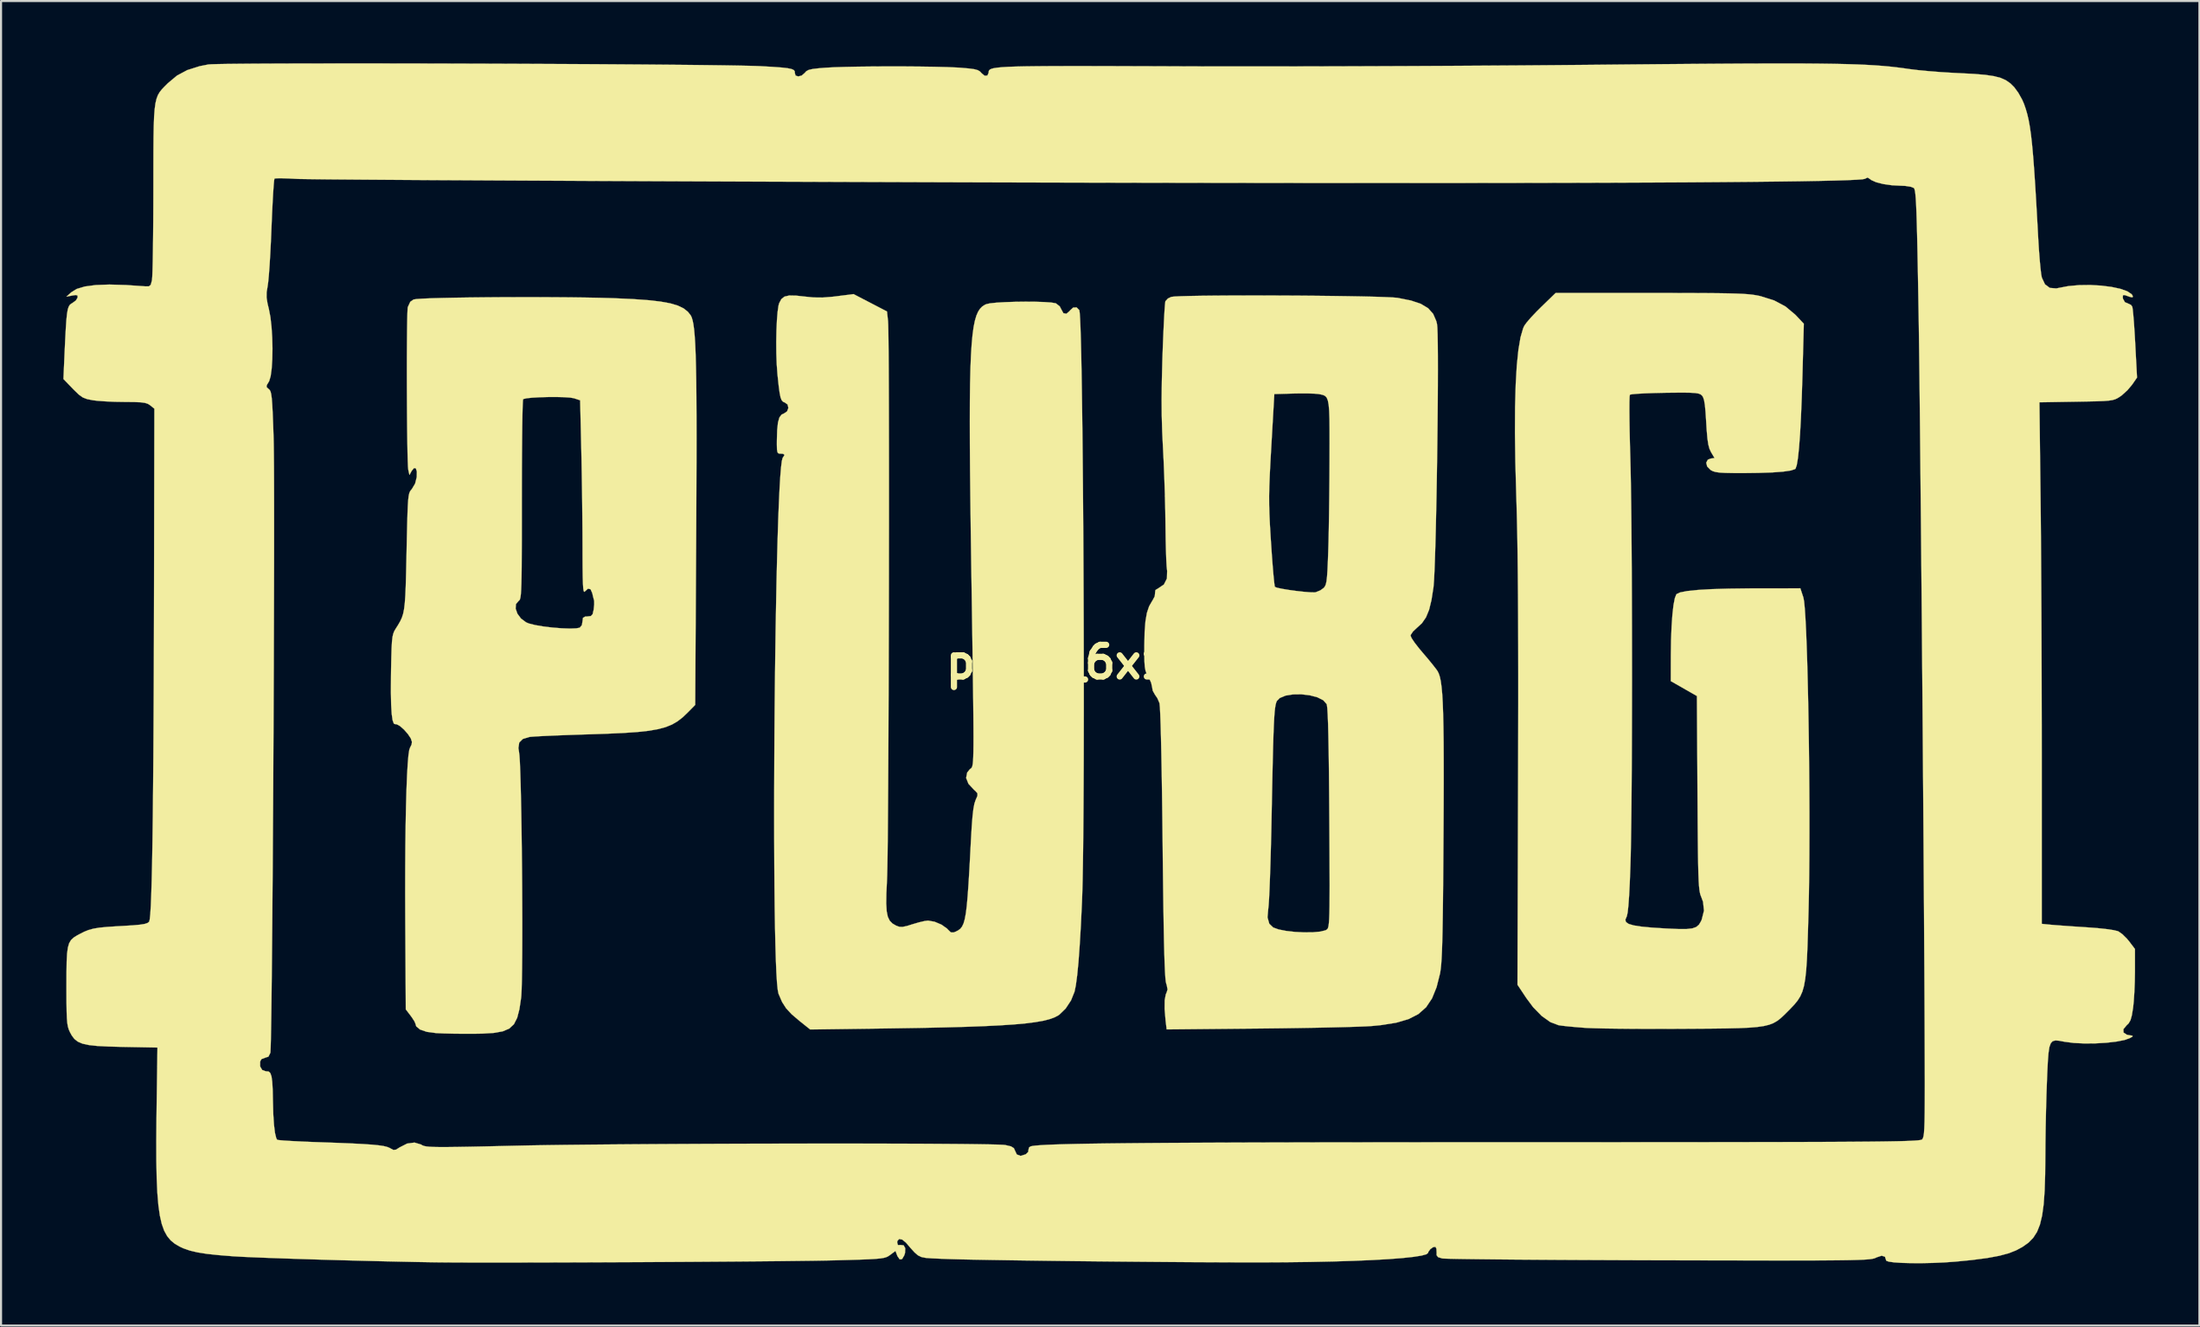
<source format=kicad_pcb>
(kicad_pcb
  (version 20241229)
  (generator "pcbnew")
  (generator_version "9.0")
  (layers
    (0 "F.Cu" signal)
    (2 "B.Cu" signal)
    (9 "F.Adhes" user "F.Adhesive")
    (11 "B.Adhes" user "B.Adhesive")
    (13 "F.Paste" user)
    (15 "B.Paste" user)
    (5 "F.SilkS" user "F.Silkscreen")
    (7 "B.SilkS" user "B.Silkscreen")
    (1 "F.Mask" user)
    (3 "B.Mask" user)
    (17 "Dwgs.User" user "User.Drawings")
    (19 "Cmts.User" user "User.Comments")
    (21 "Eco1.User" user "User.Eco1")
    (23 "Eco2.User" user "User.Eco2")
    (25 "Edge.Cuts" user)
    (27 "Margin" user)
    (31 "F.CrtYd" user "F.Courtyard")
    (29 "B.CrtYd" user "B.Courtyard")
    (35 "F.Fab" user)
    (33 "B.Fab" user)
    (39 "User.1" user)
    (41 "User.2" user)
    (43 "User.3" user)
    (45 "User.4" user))
  (footprint "pubg_6x10_F"
    (layer "F.Cu")
    (at 49.892 28.839)
    (property "Reference" "pubg_6x10_F" (at 0 0 0) (layer "F.SilkS") (effects (font (size 1.524 1.524) (thickness 0.3))))
    (attr through_hole)
    (fp_poly (pts (xy 26.585 -17.779) (xy 27.601 -17.779) (xy 28.462 -17.777) (xy 29.185 -17.774) (xy 29.784 -17.769) (xy 30.274 -17.761) (xy 30.67 -17.75) (xy 30.989 -17.737) (xy 31.244 -17.719) (xy 31.451 -17.697) (xy 31.626 -17.67) (xy 31.783 -17.639) (xy 31.845 -17.624) (xy 32.496 -17.419) (xy 33.033 -17.134) (xy 33.503 -16.742) (xy 33.578 -16.665) (xy 33.923 -16.298) (xy 33.857 -13.816) (xy 33.823 -12.727) (xy 33.784 -11.779) (xy 33.741 -10.978) (xy 33.692 -10.326) (xy 33.64 -9.83) (xy 33.584 -9.493) (xy 33.524 -9.319) (xy 33.505 -9.299) (xy 33.299 -9.23) (xy 32.931 -9.176) (xy 32.406 -9.137) (xy 31.73 -9.114) (xy 31.069 -9.106) (xy 30.536 -9.107) (xy 30.145 -9.114) (xy 29.866 -9.13) (xy 29.673 -9.158) (xy 29.536 -9.2) (xy 29.434 -9.255) (xy 29.268 -9.424) (xy 29.223 -9.605) (xy 29.298 -9.749) (xy 29.437 -9.805) (xy 29.622 -9.832) (xy 29.454 -10.116) (xy 29.379 -10.275) (xy 29.323 -10.484) (xy 29.28 -10.776) (xy 29.245 -11.183) (xy 29.222 -11.552) (xy 29.191 -12.041) (xy 29.158 -12.389) (xy 29.118 -12.623) (xy 29.067 -12.771) (xy 29.011 -12.85) (xy 28.943 -12.901) (xy 28.843 -12.938) (xy 28.686 -12.962) (xy 28.448 -12.976) (xy 28.106 -12.981) (xy 27.634 -12.978) (xy 27.239 -12.973) (xy 26.73 -12.962) (xy 26.279 -12.946) (xy 25.913 -12.926) (xy 25.66 -12.904) (xy 25.548 -12.881) (xy 25.546 -12.88) (xy 25.532 -12.781) (xy 25.524 -12.534) (xy 25.522 -12.158) (xy 25.526 -11.672) (xy 25.535 -11.098) (xy 25.55 -10.455) (xy 25.565 -9.94) (xy 25.581 -9.303) (xy 25.596 -8.521) (xy 25.609 -7.613) (xy 25.62 -6.595) (xy 25.629 -5.485) (xy 25.637 -4.3) (xy 25.642 -3.059) (xy 25.646 -1.778) (xy 25.648 -0.475) (xy 25.649 0.832) (xy 25.647 2.125) (xy 25.644 3.388) (xy 25.639 4.602) (xy 25.632 5.751) (xy 25.623 6.815) (xy 25.612 7.779) (xy 25.6 8.624) (xy 25.586 9.334) (xy 25.571 9.837) (xy 25.541 10.626) (xy 25.509 11.253) (xy 25.475 11.725) (xy 25.44 12.049) (xy 25.401 12.234) (xy 25.385 12.269) (xy 25.329 12.406) (xy 25.359 12.517) (xy 25.489 12.607) (xy 25.732 12.678) (xy 26.102 12.736) (xy 26.612 12.784) (xy 27.276 12.826) (xy 27.354 12.83) (xy 27.887 12.853) (xy 28.278 12.853) (xy 28.555 12.821) (xy 28.745 12.753) (xy 28.875 12.64) (xy 28.973 12.474) (xy 29.006 12.4) (xy 29.115 11.968) (xy 29.07 11.542) (xy 28.978 11.292) (xy 28.945 11.209) (xy 28.918 11.103) (xy 28.895 10.961) (xy 28.875 10.769) (xy 28.859 10.513) (xy 28.846 10.179) (xy 28.835 9.753) (xy 28.826 9.221) (xy 28.819 8.569) (xy 28.812 7.783) (xy 28.806 6.849) (xy 28.802 6.298) (xy 28.775 1.632) (xy 28.146 1.272) (xy 27.517 0.912) (xy 27.519 -0.327) (xy 27.529 -1.06) (xy 27.555 -1.72) (xy 27.595 -2.29) (xy 27.647 -2.749) (xy 27.711 -3.08) (xy 27.783 -3.264) (xy 27.795 -3.278) (xy 27.965 -3.358) (xy 28.302 -3.424) (xy 28.807 -3.477) (xy 29.479 -3.516) (xy 30.319 -3.541) (xy 31.328 -3.553) (xy 31.631 -3.554) (xy 33.756 -3.556) (xy 33.902 -3.111) (xy 33.937 -2.922) (xy 33.97 -2.579) (xy 34.002 -2.095) (xy 34.033 -1.486) (xy 34.061 -0.766) (xy 34.088 0.049) (xy 34.111 0.946) (xy 34.133 1.91) (xy 34.151 2.926) (xy 34.167 3.979) (xy 34.179 5.055) (xy 34.187 6.138) (xy 34.192 7.216) (xy 34.192 8.271) (xy 34.189 9.291) (xy 34.181 10.26) (xy 34.168 11.164) (xy 34.15 11.988) (xy 34.149 12.023) (xy 34.123 12.937) (xy 34.099 13.701) (xy 34.071 14.33) (xy 34.036 14.843) (xy 33.99 15.258) (xy 33.931 15.593) (xy 33.853 15.865) (xy 33.753 16.092) (xy 33.628 16.292) (xy 33.474 16.482) (xy 33.287 16.68) (xy 33.149 16.82) (xy 32.967 17.001) (xy 32.802 17.153) (xy 32.639 17.279) (xy 32.461 17.381) (xy 32.253 17.462) (xy 31.998 17.524) (xy 31.679 17.57) (xy 31.281 17.603) (xy 30.787 17.625) (xy 30.182 17.639) (xy 29.449 17.648) (xy 28.571 17.654) (xy 28.025 17.657) (xy 27.208 17.661) (xy 26.408 17.66) (xy 25.649 17.657) (xy 24.954 17.65) (xy 24.346 17.642) (xy 23.85 17.63) (xy 23.49 17.617) (xy 23.38 17.61) (xy 22.96 17.577) (xy 22.571 17.541) (xy 22.263 17.506) (xy 22.111 17.484) (xy 21.715 17.334) (xy 21.299 17.038) (xy 20.887 16.616) (xy 20.566 16.185) (xy 20.134 15.536) (xy 20.163 5.503) (xy 20.168 3.692) (xy 20.171 2.039) (xy 20.171 0.533) (xy 20.169 -0.837) (xy 20.165 -2.082) (xy 20.159 -3.214) (xy 20.15 -4.243) (xy 20.139 -5.18) (xy 20.126 -6.037) (xy 20.109 -6.825) (xy 20.09 -7.555) (xy 20.074 -8.086) (xy 20.031 -9.641) (xy 20.012 -11.04) (xy 20.018 -12.281) (xy 20.048 -13.364) (xy 20.101 -14.286) (xy 20.179 -15.046) (xy 20.28 -15.643) (xy 20.405 -16.074) (xy 20.46 -16.196) (xy 20.571 -16.352) (xy 20.774 -16.589) (xy 21.04 -16.871) (xy 21.278 -17.108) (xy 21.971 -17.78) (xy 26.585 -17.779)) (stroke (width 0.01) (type solid)) (fill yes) (layer "F.SilkS"))
    (fp_poly (pts (xy -27.069 -17.579) (xy -26.245 -17.575) (xy -25.452 -17.569) (xy -24.708 -17.559) (xy -24.033 -17.546) (xy -23.443 -17.529) (xy -23.326 -17.525) (xy -22.449 -17.485) (xy -21.725 -17.433) (xy -21.137 -17.366) (xy -20.669 -17.281) (xy -20.304 -17.173) (xy -20.026 -17.04) (xy -19.819 -16.877) (xy -19.686 -16.711) (xy -19.635 -16.612) (xy -19.591 -16.47) (xy -19.551 -16.278) (xy -19.517 -16.026) (xy -19.488 -15.706) (xy -19.463 -15.309) (xy -19.443 -14.825) (xy -19.427 -14.247) (xy -19.414 -13.565) (xy -19.406 -12.77) (xy -19.401 -11.855) (xy -19.4 -10.809) (xy -19.401 -9.625) (xy -19.406 -8.293) (xy -19.413 -6.806) (xy -19.417 -6.019) (xy -19.464 2.059) (xy -19.827 2.428) (xy -20.067 2.657) (xy -20.311 2.846) (xy -20.577 3.002) (xy -20.884 3.127) (xy -21.25 3.226) (xy -21.695 3.304) (xy -22.237 3.363) (xy -22.894 3.409) (xy -23.686 3.445) (xy -24.511 3.473) (xy -25.176 3.494) (xy -25.8 3.516) (xy -26.358 3.539) (xy -26.827 3.56) (xy -27.183 3.58) (xy -27.402 3.597) (xy -27.446 3.602) (xy -27.765 3.699) (xy -27.938 3.871) (xy -27.977 4.137) (xy -27.948 4.328) (xy -27.927 4.505) (xy -27.906 4.835) (xy -27.888 5.297) (xy -27.87 5.875) (xy -27.854 6.551) (xy -27.839 7.306) (xy -27.826 8.124) (xy -27.815 8.985) (xy -27.805 9.872) (xy -27.798 10.767) (xy -27.794 11.652) (xy -27.791 12.509) (xy -27.792 13.321) (xy -27.795 14.069) (xy -27.801 14.735) (xy -27.81 15.302) (xy -27.822 15.752) (xy -27.838 16.066) (xy -27.848 16.171) (xy -27.929 16.713) (xy -28.036 17.128) (xy -28.191 17.433) (xy -28.416 17.645) (xy -28.733 17.78) (xy -29.163 17.856) (xy -29.728 17.89) (xy -30.085 17.896) (xy -30.588 17.897) (xy -31.097 17.892) (xy -31.554 17.881) (xy -31.904 17.866) (xy -31.932 17.865) (xy -32.388 17.804) (xy -32.715 17.693) (xy -32.899 17.539) (xy -32.935 17.415) (xy -32.983 17.301) (xy -33.104 17.114) (xy -33.168 17.026) (xy -33.401 16.722) (xy -33.426 12.361) (xy -33.43 11.122) (xy -33.428 9.95) (xy -33.421 8.855) (xy -33.408 7.847) (xy -33.39 6.938) (xy -33.367 6.136) (xy -33.34 5.453) (xy -33.308 4.9) (xy -33.273 4.486) (xy -33.233 4.222) (xy -33.197 4.122) (xy -33.122 3.968) (xy -33.105 3.839) (xy -33.16 3.671) (xy -33.299 3.462) (xy -33.484 3.251) (xy -33.677 3.08) (xy -33.839 2.991) (xy -33.9 2.99) (xy -33.976 2.96) (xy -34.036 2.797) (xy -34.079 2.496) (xy -34.106 2.049) (xy -34.118 1.45) (xy -34.114 0.693) (xy -34.109 0.325) (xy -34.097 -0.247) (xy -34.084 -0.675) (xy -34.066 -0.987) (xy -34.041 -1.21) (xy -34.005 -1.37) (xy -33.956 -1.493) (xy -33.89 -1.607) (xy -33.888 -1.609) (xy -33.766 -1.802) (xy -33.668 -1.973) (xy -33.589 -2.143) (xy -33.528 -2.333) (xy -33.482 -2.563) (xy -33.48 -2.578) (xy -28.111 -2.578) (xy -28.025 -2.333) (xy -27.853 -2.101) (xy -27.612 -1.921) (xy -27.48 -1.864) (xy -27.172 -1.786) (xy -26.777 -1.719) (xy -26.337 -1.666) (xy -25.896 -1.631) (xy -25.498 -1.617) (xy -25.187 -1.629) (xy -25.026 -1.66) (xy -24.922 -1.781) (xy -24.892 -1.956) (xy -24.869 -2.132) (xy -24.763 -2.195) (xy -24.649 -2.201) (xy -24.488 -2.221) (xy -24.404 -2.311) (xy -24.355 -2.52) (xy -24.353 -2.533) (xy -24.327 -2.775) (xy -24.329 -2.954) (xy -24.335 -2.978) (xy -24.379 -3.142) (xy -24.421 -3.323) (xy -24.504 -3.513) (xy -24.627 -3.539) (xy -24.774 -3.408) (xy -24.808 -3.385) (xy -24.835 -3.429) (xy -24.855 -3.556) (xy -24.87 -3.78) (xy -24.88 -4.12) (xy -24.886 -4.59) (xy -24.889 -5.206) (xy -24.889 -5.511) (xy -24.892 -6.256) (xy -24.9 -7.113) (xy -24.91 -8.024) (xy -24.924 -8.931) (xy -24.939 -9.776) (xy -24.948 -10.186) (xy -25.004 -12.611) (xy -25.3 -12.709) (xy -25.485 -12.741) (xy -25.782 -12.761) (xy -26.152 -12.77) (xy -26.556 -12.768) (xy -26.956 -12.757) (xy -27.312 -12.737) (xy -27.585 -12.708) (xy -27.737 -12.672) (xy -27.751 -12.663) (xy -27.762 -12.569) (xy -27.773 -12.321) (xy -27.783 -11.935) (xy -27.792 -11.425) (xy -27.799 -10.807) (xy -27.805 -10.096) (xy -27.81 -9.309) (xy -27.812 -8.459) (xy -27.813 -7.819) (xy -27.813 -6.795) (xy -27.814 -5.929) (xy -27.817 -5.205) (xy -27.82 -4.611) (xy -27.826 -4.133) (xy -27.835 -3.76) (xy -27.846 -3.476) (xy -27.86 -3.27) (xy -27.878 -3.128) (xy -27.9 -3.037) (xy -27.926 -2.984) (xy -27.957 -2.956) (xy -27.961 -2.954) (xy -28.096 -2.797) (xy -28.111 -2.578) (xy -33.48 -2.578) (xy -33.448 -2.853) (xy -33.422 -3.224) (xy -33.402 -3.696) (xy -33.386 -4.289) (xy -33.369 -5.024) (xy -33.363 -5.313) (xy -33.347 -6.077) (xy -33.332 -6.69) (xy -33.318 -7.171) (xy -33.303 -7.536) (xy -33.285 -7.806) (xy -33.263 -7.997) (xy -33.235 -8.128) (xy -33.2 -8.217) (xy -33.156 -8.283) (xy -33.11 -8.334) (xy -32.951 -8.602) (xy -32.873 -8.916) (xy -32.869 -9.184) (xy -32.917 -9.334) (xy -33.005 -9.348) (xy -33.118 -9.21) (xy -33.225 -9.017) (xy -33.282 -9.271) (xy -33.295 -9.415) (xy -33.307 -9.707) (xy -33.318 -10.125) (xy -33.327 -10.647) (xy -33.335 -11.251) (xy -33.341 -11.916) (xy -33.345 -12.619) (xy -33.348 -13.34) (xy -33.349 -14.056) (xy -33.348 -14.746) (xy -33.344 -15.387) (xy -33.339 -15.959) (xy -33.332 -16.439) (xy -33.323 -16.806) (xy -33.312 -17.038) (xy -33.304 -17.099) (xy -33.185 -17.355) (xy -33.029 -17.464) (xy -32.894 -17.486) (xy -32.608 -17.506) (xy -32.189 -17.524) (xy -31.655 -17.539) (xy -31.025 -17.552) (xy -30.317 -17.563) (xy -29.549 -17.571) (xy -28.74 -17.577) (xy -27.907 -17.579) (xy -27.069 -17.579)) (stroke (width 0.01) (type solid)) (fill yes) (layer "F.SilkS"))
    (fp_poly (pts (xy -11.033 -17.307) (xy -10.228 -16.889) (xy -10.178 -16.424) (xy -10.17 -16.26) (xy -10.163 -15.937) (xy -10.156 -15.468) (xy -10.15 -14.865) (xy -10.145 -14.137) (xy -10.141 -13.298) (xy -10.138 -12.359) (xy -10.136 -11.33) (xy -10.134 -10.224) (xy -10.133 -9.052) (xy -10.133 -7.826) (xy -10.133 -6.556) (xy -10.135 -5.255) (xy -10.136 -3.933) (xy -10.139 -2.603) (xy -10.142 -1.276) (xy -10.146 0.037) (xy -10.15 1.324) (xy -10.155 2.573) (xy -10.16 3.774) (xy -10.166 4.915) (xy -10.172 5.984) (xy -10.179 6.97) (xy -10.186 7.862) (xy -10.193 8.647) (xy -10.201 9.314) (xy -10.21 9.853) (xy -10.219 10.251) (xy -10.228 10.496) (xy -10.228 10.499) (xy -10.258 11.135) (xy -10.265 11.625) (xy -10.243 11.993) (xy -10.189 12.26) (xy -10.097 12.451) (xy -9.964 12.587) (xy -9.791 12.688) (xy -9.639 12.744) (xy -9.482 12.751) (xy -9.265 12.705) (xy -9.006 12.624) (xy -8.693 12.532) (xy -8.416 12.467) (xy -8.251 12.446) (xy -7.936 12.501) (xy -7.604 12.641) (xy -7.337 12.83) (xy -7.285 12.886) (xy -7.151 13.014) (xy -7.012 13.015) (xy -6.914 12.976) (xy -6.797 12.915) (xy -6.697 12.84) (xy -6.614 12.736) (xy -6.543 12.587) (xy -6.483 12.379) (xy -6.431 12.098) (xy -6.385 11.729) (xy -6.343 11.257) (xy -6.301 10.667) (xy -6.258 9.945) (xy -6.211 9.076) (xy -6.185 8.569) (xy -6.148 7.931) (xy -6.11 7.441) (xy -6.068 7.077) (xy -6.02 6.82) (xy -5.963 6.647) (xy -5.958 6.636) (xy -5.872 6.437) (xy -5.872 6.318) (xy -5.967 6.208) (xy -6.032 6.152) (xy -6.305 5.858) (xy -6.417 5.577) (xy -6.367 5.318) (xy -6.244 5.163) (xy -6.211 5.136) (xy -6.181 5.113) (xy -6.155 5.086) (xy -6.132 5.045) (xy -6.113 4.981) (xy -6.096 4.884) (xy -6.083 4.745) (xy -6.074 4.555) (xy -6.067 4.305) (xy -6.063 3.986) (xy -6.062 3.587) (xy -6.064 3.1) (xy -6.069 2.516) (xy -6.077 1.825) (xy -6.087 1.017) (xy -6.1 0.085) (xy -6.115 -0.983) (xy -6.133 -2.194) (xy -6.153 -3.558) (xy -6.17 -4.657) (xy -6.194 -6.348) (xy -6.213 -7.878) (xy -6.228 -9.255) (xy -6.237 -10.488) (xy -6.24 -11.585) (xy -6.237 -12.554) (xy -6.227 -13.403) (xy -6.209 -14.14) (xy -6.184 -14.774) (xy -6.15 -15.314) (xy -6.108 -15.767) (xy -6.057 -16.141) (xy -5.995 -16.445) (xy -5.924 -16.687) (xy -5.842 -16.876) (xy -5.749 -17.019) (xy -5.644 -17.126) (xy -5.527 -17.203) (xy -5.449 -17.24) (xy -5.264 -17.281) (xy -4.946 -17.314) (xy -4.533 -17.338) (xy -4.061 -17.354) (xy -3.567 -17.36) (xy -3.088 -17.357) (xy -2.662 -17.343) (xy -2.323 -17.32) (xy -2.111 -17.285) (xy -2.091 -17.278) (xy -1.909 -17.136) (xy -1.829 -16.982) (xy -1.731 -16.805) (xy -1.587 -16.78) (xy -1.434 -16.911) (xy -1.42 -16.933) (xy -1.264 -17.076) (xy -1.096 -17.084) (xy -0.968 -16.955) (xy -0.968 -16.954) (xy -0.948 -16.826) (xy -0.929 -16.539) (xy -0.91 -16.104) (xy -0.892 -15.532) (xy -0.875 -14.835) (xy -0.859 -14.022) (xy -0.844 -13.104) (xy -0.83 -12.094) (xy -0.816 -11) (xy -0.804 -9.834) (xy -0.793 -8.607) (xy -0.783 -7.33) (xy -0.774 -6.014) (xy -0.767 -4.669) (xy -0.761 -3.306) (xy -0.756 -1.936) (xy -0.753 -0.569) (xy -0.751 0.782) (xy -0.75 2.109) (xy -0.752 3.399) (xy -0.754 4.641) (xy -0.759 5.826) (xy -0.765 6.943) (xy -0.773 7.979) (xy -0.782 8.926) (xy -0.794 9.771) (xy -0.807 10.504) (xy -0.823 11.114) (xy -0.839 11.557) (xy -0.892 12.684) (xy -0.949 13.645) (xy -1.007 14.443) (xy -1.069 15.08) (xy -1.133 15.559) (xy -1.195 15.865) (xy -1.365 16.289) (xy -1.623 16.68) (xy -1.928 16.976) (xy -1.995 17.021) (xy -2.179 17.115) (xy -2.418 17.199) (xy -2.72 17.274) (xy -3.097 17.339) (xy -3.557 17.397) (xy -4.112 17.447) (xy -4.771 17.491) (xy -5.545 17.529) (xy -6.443 17.562) (xy -7.476 17.59) (xy -8.653 17.615) (xy -9.985 17.636) (xy -10.626 17.645) (xy -13.928 17.689) (xy -14.447 17.274) (xy -14.822 16.955) (xy -15.087 16.668) (xy -15.28 16.366) (xy -15.44 15.997) (xy -15.454 15.96) (xy -15.491 15.771) (xy -15.525 15.429) (xy -15.555 14.945) (xy -15.58 14.331) (xy -15.602 13.598) (xy -15.621 12.757) (xy -15.636 11.821) (xy -15.647 10.8) (xy -15.655 9.706) (xy -15.66 8.551) (xy -15.661 7.346) (xy -15.66 6.102) (xy -15.655 4.831) (xy -15.648 3.544) (xy -15.638 2.253) (xy -15.625 0.97) (xy -15.609 -0.295) (xy -15.591 -1.53) (xy -15.57 -2.723) (xy -15.548 -3.863) (xy -15.522 -4.939) (xy -15.495 -5.938) (xy -15.466 -6.85) (xy -15.434 -7.663) (xy -15.401 -8.366) (xy -15.366 -8.946) (xy -15.329 -9.394) (xy -15.291 -9.696) (xy -15.251 -9.843) (xy -15.245 -9.85) (xy -15.161 -9.976) (xy -15.231 -10.034) (xy -15.346 -10.04) (xy -15.443 -10.047) (xy -15.499 -10.099) (xy -15.525 -10.232) (xy -15.532 -10.481) (xy -15.531 -10.668) (xy -15.516 -11.177) (xy -15.478 -11.541) (xy -15.41 -11.781) (xy -15.308 -11.92) (xy -15.195 -11.973) (xy -15.039 -12.077) (xy -14.977 -12.243) (xy -15.015 -12.408) (xy -15.148 -12.504) (xy -15.235 -12.541) (xy -15.301 -12.615) (xy -15.354 -12.753) (xy -15.4 -12.979) (xy -15.445 -13.32) (xy -15.496 -13.801) (xy -15.504 -13.885) (xy -15.538 -14.347) (xy -15.557 -14.871) (xy -15.561 -15.42) (xy -15.551 -15.961) (xy -15.529 -16.458) (xy -15.495 -16.876) (xy -15.451 -17.179) (xy -15.42 -17.288) (xy -15.316 -17.484) (xy -15.164 -17.605) (xy -14.935 -17.658) (xy -14.596 -17.651) (xy -14.238 -17.611) (xy -13.764 -17.563) (xy -13.325 -17.559) (xy -12.833 -17.599) (xy -12.671 -17.619) (xy -11.838 -17.725) (xy -11.033 -17.307)) (stroke (width 0.01) (type solid)) (fill yes) (layer "F.SilkS"))
    (fp_poly (pts (xy 7.867 -17.659) (xy 8.714 -17.656) (xy 9.565 -17.652) (xy 10.403 -17.645) (xy 11.208 -17.636) (xy 11.964 -17.625) (xy 12.651 -17.613) (xy 13.252 -17.599) (xy 13.748 -17.582) (xy 14.12 -17.565) (xy 14.35 -17.546) (xy 14.373 -17.542) (xy 15.002 -17.417) (xy 15.482 -17.255) (xy 15.833 -17.044) (xy 16.074 -16.772) (xy 16.224 -16.425) (xy 16.259 -16.282) (xy 16.275 -16.114) (xy 16.287 -15.793) (xy 16.295 -15.338) (xy 16.3 -14.764) (xy 16.301 -14.09) (xy 16.299 -13.332) (xy 16.294 -12.508) (xy 16.286 -11.634) (xy 16.276 -10.728) (xy 16.264 -9.806) (xy 16.25 -8.887) (xy 16.234 -7.987) (xy 16.216 -7.123) (xy 16.198 -6.312) (xy 16.178 -5.572) (xy 16.157 -4.919) (xy 16.136 -4.371) (xy 16.115 -3.945) (xy 16.093 -3.658) (xy 16.088 -3.606) (xy 15.993 -2.995) (xy 15.878 -2.522) (xy 15.729 -2.16) (xy 15.534 -1.877) (xy 15.283 -1.646) (xy 15.101 -1.475) (xy 14.996 -1.317) (xy 14.986 -1.273) (xy 15.039 -1.15) (xy 15.182 -0.937) (xy 15.392 -0.667) (xy 15.557 -0.47) (xy 15.818 -0.164) (xy 16.051 0.121) (xy 16.224 0.344) (xy 16.284 0.43) (xy 16.343 0.547) (xy 16.395 0.704) (xy 16.44 0.913) (xy 16.477 1.183) (xy 16.509 1.526) (xy 16.534 1.952) (xy 16.553 2.472) (xy 16.567 3.096) (xy 16.577 3.834) (xy 16.581 4.697) (xy 16.582 5.696) (xy 16.579 6.842) (xy 16.572 8.143) (xy 16.57 8.422) (xy 16.562 9.619) (xy 16.554 10.658) (xy 16.545 11.552) (xy 16.535 12.313) (xy 16.524 12.954) (xy 16.511 13.485) (xy 16.497 13.92) (xy 16.48 14.271) (xy 16.461 14.549) (xy 16.439 14.767) (xy 16.414 14.937) (xy 16.405 14.989) (xy 16.238 15.653) (xy 16.02 16.192) (xy 15.734 16.619) (xy 15.361 16.948) (xy 14.884 17.192) (xy 14.286 17.366) (xy 13.549 17.482) (xy 13.135 17.522) (xy 12.856 17.539) (xy 12.428 17.556) (xy 11.872 17.573) (xy 11.209 17.589) (xy 10.458 17.605) (xy 9.641 17.619) (xy 8.778 17.632) (xy 7.89 17.642) (xy 7.695 17.644) (xy 3.24 17.686) (xy 3.187 17.246) (xy 3.141 16.702) (xy 3.145 16.279) (xy 3.199 15.993) (xy 3.23 15.929) (xy 3.283 15.764) (xy 3.241 15.544) (xy 3.22 15.485) (xy 3.198 15.385) (xy 3.178 15.199) (xy 3.16 14.919) (xy 3.143 14.536) (xy 3.127 14.042) (xy 3.111 13.428) (xy 3.097 12.686) (xy 3.091 12.292) (xy 8.096 12.292) (xy 8.182 12.598) (xy 8.372 12.779) (xy 8.63 12.872) (xy 8.992 12.943) (xy 9.414 12.991) (xy 9.856 13.013) (xy 10.277 13.009) (xy 10.634 12.977) (xy 10.887 12.915) (xy 10.958 12.874) (xy 10.989 12.841) (xy 11.014 12.786) (xy 11.035 12.696) (xy 11.052 12.56) (xy 11.066 12.365) (xy 11.076 12.097) (xy 11.083 11.745) (xy 11.086 11.295) (xy 11.088 10.736) (xy 11.086 10.054) (xy 11.083 9.237) (xy 11.078 8.271) (xy 11.073 7.498) (xy 11.064 6.274) (xy 11.054 5.215) (xy 11.042 4.316) (xy 11.028 3.572) (xy 11.013 2.978) (xy 10.995 2.53) (xy 10.976 2.222) (xy 10.954 2.051) (xy 10.945 2.021) (xy 10.782 1.835) (xy 10.497 1.692) (xy 10.133 1.596) (xy 9.729 1.548) (xy 9.326 1.553) (xy 8.965 1.611) (xy 8.687 1.727) (xy 8.547 1.87) (xy 8.515 1.945) (xy 8.487 2.051) (xy 8.462 2.2) (xy 8.439 2.404) (xy 8.419 2.678) (xy 8.401 3.033) (xy 8.383 3.484) (xy 8.366 4.042) (xy 8.349 4.72) (xy 8.331 5.533) (xy 8.311 6.492) (xy 8.295 7.324) (xy 8.278 8.161) (xy 8.258 8.958) (xy 8.237 9.696) (xy 8.215 10.358) (xy 8.193 10.925) (xy 8.172 11.378) (xy 8.151 11.7) (xy 8.133 11.871) (xy 8.132 11.875) (xy 8.096 12.292) (xy 3.091 12.292) (xy 3.083 11.806) (xy 3.069 10.779) (xy 3.055 9.598) (xy 3.046 8.721) (xy 3.032 7.488) (xy 3.017 6.357) (xy 3.001 5.337) (xy 2.984 4.436) (xy 2.967 3.662) (xy 2.95 3.022) (xy 2.932 2.525) (xy 2.915 2.179) (xy 2.897 1.992) (xy 2.892 1.968) (xy 2.792 1.735) (xy 2.673 1.561) (xy 2.673 1.56) (xy 2.569 1.374) (xy 2.54 1.21) (xy 2.495 1) (xy 2.385 0.748) (xy 2.349 0.687) (xy 2.273 0.551) (xy 2.221 0.409) (xy 2.188 0.228) (xy 2.17 -0.027) (xy 2.164 -0.39) (xy 2.165 -0.804) (xy 2.179 -1.458) (xy 2.219 -1.972) (xy 2.288 -2.372) (xy 2.393 -2.687) (xy 2.539 -2.943) (xy 2.558 -2.97) (xy 2.664 -3.169) (xy 2.683 -3.333) (xy 2.68 -3.341) (xy 2.699 -3.473) (xy 2.834 -3.555) (xy 3.106 -3.739) (xy 3.252 -4.027) (xy 3.263 -4.398) (xy 3.259 -4.423) (xy 3.239 -4.615) (xy 3.221 -4.946) (xy 3.206 -5.383) (xy 3.193 -5.895) (xy 3.185 -6.452) (xy 3.183 -6.604) (xy 3.173 -7.293) (xy 3.155 -8.007) (xy 8.174 -8.007) (xy 8.176 -7.571) (xy 8.188 -7.126) (xy 8.211 -6.636) (xy 8.245 -6.066) (xy 8.265 -5.757) (xy 8.304 -5.181) (xy 8.343 -4.662) (xy 8.38 -4.223) (xy 8.413 -3.888) (xy 8.439 -3.681) (xy 8.454 -3.624) (xy 8.565 -3.582) (xy 8.802 -3.532) (xy 9.121 -3.479) (xy 9.48 -3.43) (xy 9.834 -3.39) (xy 10.142 -3.365) (xy 10.359 -3.36) (xy 10.414 -3.366) (xy 10.641 -3.458) (xy 10.795 -3.569) (xy 10.855 -3.639) (xy 10.901 -3.738) (xy 10.936 -3.889) (xy 10.963 -4.118) (xy 10.985 -4.448) (xy 11.005 -4.906) (xy 11.02 -5.315) (xy 11.035 -5.808) (xy 11.048 -6.433) (xy 11.06 -7.153) (xy 11.07 -7.932) (xy 11.078 -8.732) (xy 11.083 -9.516) (xy 11.084 -9.752) (xy 11.086 -10.552) (xy 11.085 -11.199) (xy 11.08 -11.711) (xy 11.066 -12.104) (xy 11.041 -12.394) (xy 11.003 -12.598) (xy 10.949 -12.734) (xy 10.875 -12.817) (xy 10.779 -12.865) (xy 10.659 -12.894) (xy 10.559 -12.913) (xy 10.362 -12.931) (xy 10.045 -12.941) (xy 9.656 -12.942) (xy 9.356 -12.937) (xy 8.424 -12.912) (xy 8.278 -10.372) (xy 8.235 -9.616) (xy 8.204 -8.994) (xy 8.183 -8.469) (xy 8.174 -8.007) (xy 3.155 -8.007) (xy 3.154 -8.084) (xy 3.126 -8.909) (xy 3.094 -9.702) (xy 3.063 -10.318) (xy 3.025 -11.104) (xy 3.003 -11.867) (xy 2.997 -12.654) (xy 3.007 -13.508) (xy 3.031 -14.475) (xy 3.039 -14.722) (xy 3.062 -15.363) (xy 3.087 -15.954) (xy 3.112 -16.472) (xy 3.135 -16.894) (xy 3.157 -17.198) (xy 3.175 -17.362) (xy 3.179 -17.38) (xy 3.298 -17.512) (xy 3.46 -17.59) (xy 3.61 -17.608) (xy 3.911 -17.623) (xy 4.345 -17.635) (xy 4.894 -17.645) (xy 5.539 -17.652) (xy 6.261 -17.657) (xy 7.044 -17.659) (xy 7.867 -17.659)) (stroke (width 0.01) (type solid)) (fill yes) (layer "F.SilkS"))
    (fp_poly (pts (xy -34.47 -28.833) (xy -33.213 -28.831) (xy -31.924 -28.829) (xy -30.614 -28.825) (xy -29.295 -28.821) (xy -27.978 -28.816) (xy -26.675 -28.81) (xy -25.397 -28.804) (xy -24.156 -28.797) (xy -22.962 -28.789) (xy -21.828 -28.781) (xy -20.765 -28.772) (xy -19.784 -28.763) (xy -18.896 -28.753) (xy -18.114 -28.743) (xy -17.449 -28.732) (xy -16.911 -28.721) (xy -16.513 -28.71) (xy -16.341 -28.703) (xy -15.758 -28.67) (xy -15.323 -28.639) (xy -15.018 -28.605) (xy -14.82 -28.564) (xy -14.71 -28.511) (xy -14.667 -28.444) (xy -14.667 -28.375) (xy -14.63 -28.25) (xy -14.501 -28.208) (xy -14.336 -28.25) (xy -14.193 -28.373) (xy -14.113 -28.461) (xy -13.997 -28.523) (xy -13.808 -28.566) (xy -13.513 -28.601) (xy -13.19 -28.627) (xy -12.788 -28.649) (xy -12.248 -28.666) (xy -11.605 -28.679) (xy -10.888 -28.687) (xy -10.132 -28.69) (xy -9.367 -28.689) (xy -8.627 -28.683) (xy -7.944 -28.673) (xy -7.349 -28.658) (xy -6.876 -28.638) (xy -6.7 -28.627) (xy -6.296 -28.593) (xy -6.026 -28.557) (xy -5.854 -28.51) (xy -5.744 -28.443) (xy -5.674 -28.365) (xy -5.525 -28.242) (xy -5.396 -28.249) (xy -5.335 -28.38) (xy -5.334 -28.4) (xy -5.33 -28.452) (xy -5.313 -28.498) (xy -5.272 -28.539) (xy -5.199 -28.574) (xy -5.085 -28.605) (xy -4.919 -28.63) (xy -4.692 -28.652) (xy -4.396 -28.67) (xy -4.02 -28.684) (xy -3.556 -28.694) (xy -2.994 -28.701) (xy -2.324 -28.706) (xy -1.538 -28.708) (xy -0.626 -28.708) (xy 0.422 -28.706) (xy 1.614 -28.702) (xy 2.961 -28.698) (xy 3.88 -28.694) (xy 5.137 -28.69) (xy 6.539 -28.689) (xy 8.065 -28.689) (xy 9.691 -28.691) (xy 11.394 -28.695) (xy 13.151 -28.701) (xy 14.938 -28.708) (xy 16.734 -28.717) (xy 18.514 -28.728) (xy 20.256 -28.739) (xy 21.936 -28.752) (xy 23.532 -28.766) (xy 23.84 -28.769) (xy 25.601 -28.786) (xy 27.201 -28.8) (xy 28.651 -28.812) (xy 29.96 -28.821) (xy 31.138 -28.828) (xy 32.192 -28.831) (xy 33.134 -28.832) (xy 33.972 -28.83) (xy 34.716 -28.824) (xy 35.376 -28.815) (xy 35.96 -28.802) (xy 36.477 -28.786) (xy 36.938 -28.766) (xy 37.352 -28.742) (xy 37.728 -28.714) (xy 38.076 -28.682) (xy 38.404 -28.645) (xy 38.723 -28.604) (xy 39.031 -28.56) (xy 39.426 -28.512) (xy 39.938 -28.463) (xy 40.515 -28.417) (xy 41.106 -28.381) (xy 41.444 -28.364) (xy 42.125 -28.329) (xy 42.662 -28.284) (xy 43.081 -28.221) (xy 43.405 -28.136) (xy 43.661 -28.021) (xy 43.874 -27.87) (xy 44.055 -27.69) (xy 44.252 -27.421) (xy 44.44 -27.085) (xy 44.525 -26.889) (xy 44.608 -26.65) (xy 44.682 -26.397) (xy 44.748 -26.114) (xy 44.807 -25.787) (xy 44.862 -25.402) (xy 44.913 -24.944) (xy 44.963 -24.397) (xy 45.013 -23.748) (xy 45.064 -22.982) (xy 45.118 -22.083) (xy 45.177 -21.039) (xy 45.211 -20.405) (xy 45.243 -19.883) (xy 45.28 -19.399) (xy 45.318 -18.986) (xy 45.355 -18.678) (xy 45.385 -18.52) (xy 45.537 -18.197) (xy 45.769 -18.024) (xy 46.081 -17.999) (xy 46.2 -18.023) (xy 46.663 -18.111) (xy 47.177 -18.157) (xy 47.713 -18.164) (xy 48.242 -18.134) (xy 48.736 -18.072) (xy 49.165 -17.98) (xy 49.5 -17.862) (xy 49.711 -17.72) (xy 49.766 -17.631) (xy 49.753 -17.567) (xy 49.629 -17.59) (xy 49.574 -17.61) (xy 49.374 -17.679) (xy 49.29 -17.67) (xy 49.283 -17.568) (xy 49.291 -17.505) (xy 49.387 -17.334) (xy 49.502 -17.288) (xy 49.674 -17.207) (xy 49.741 -17.119) (xy 49.762 -16.992) (xy 49.789 -16.726) (xy 49.82 -16.347) (xy 49.851 -15.886) (xy 49.881 -15.372) (xy 49.882 -15.34) (xy 49.969 -13.705) (xy 49.73 -13.36) (xy 49.506 -13.095) (xy 49.237 -12.852) (xy 49.157 -12.794) (xy 49.041 -12.72) (xy 48.929 -12.665) (xy 48.795 -12.624) (xy 48.615 -12.596) (xy 48.362 -12.576) (xy 48.011 -12.563) (xy 47.537 -12.553) (xy 47.046 -12.544) (xy 45.269 -12.515) (xy 45.325 -7.761) (xy 45.334 -6.923) (xy 45.342 -5.941) (xy 45.35 -4.836) (xy 45.357 -3.633) (xy 45.364 -2.354) (xy 45.369 -1.025) (xy 45.374 0.332) (xy 45.377 1.692) (xy 45.38 3.033) (xy 45.381 4.331) (xy 45.381 4.799) (xy 45.381 12.603) (xy 45.826 12.647) (xy 46.072 12.667) (xy 46.443 12.695) (xy 46.894 12.727) (xy 47.382 12.759) (xy 47.55 12.77) (xy 48.061 12.808) (xy 48.502 12.855) (xy 48.842 12.906) (xy 49.049 12.956) (xy 49.07 12.965) (xy 49.262 13.1) (xy 49.481 13.316) (xy 49.59 13.447) (xy 49.869 13.814) (xy 49.869 14.902) (xy 49.861 15.393) (xy 49.84 15.896) (xy 49.81 16.348) (xy 49.778 16.652) (xy 49.72 17.009) (xy 49.655 17.241) (xy 49.567 17.394) (xy 49.467 17.491) (xy 49.313 17.677) (xy 49.319 17.836) (xy 49.477 17.943) (xy 49.588 17.965) (xy 49.75 17.99) (xy 49.756 18.028) (xy 49.643 18.097) (xy 49.378 18.195) (xy 48.984 18.272) (xy 48.503 18.328) (xy 47.972 18.359) (xy 47.433 18.363) (xy 46.926 18.339) (xy 46.489 18.283) (xy 46.448 18.275) (xy 46.218 18.232) (xy 46.042 18.218) (xy 45.91 18.252) (xy 45.815 18.352) (xy 45.749 18.537) (xy 45.705 18.826) (xy 45.673 19.237) (xy 45.646 19.787) (xy 45.631 20.163) (xy 45.607 20.83) (xy 45.586 21.599) (xy 45.569 22.402) (xy 45.558 23.17) (xy 45.554 23.707) (xy 45.545 24.653) (xy 45.52 25.447) (xy 45.473 26.106) (xy 45.399 26.647) (xy 45.294 27.085) (xy 45.153 27.439) (xy 44.969 27.725) (xy 44.739 27.959) (xy 44.457 28.159) (xy 44.152 28.324) (xy 43.795 28.466) (xy 43.335 28.589) (xy 42.753 28.697) (xy 42.034 28.791) (xy 41.233 28.87) (xy 40.702 28.908) (xy 40.153 28.932) (xy 39.609 28.944) (xy 39.098 28.943) (xy 38.645 28.931) (xy 38.276 28.907) (xy 38.018 28.872) (xy 37.895 28.827) (xy 37.888 28.812) (xy 37.831 28.636) (xy 37.672 28.585) (xy 37.43 28.664) (xy 37.411 28.674) (xy 37.363 28.697) (xy 37.302 28.718) (xy 37.22 28.736) (xy 37.107 28.752) (xy 36.954 28.766) (xy 36.752 28.778) (xy 36.492 28.788) (xy 36.164 28.797) (xy 35.76 28.803) (xy 35.27 28.808) (xy 34.685 28.812) (xy 33.996 28.814) (xy 33.194 28.815) (xy 32.27 28.815) (xy 31.214 28.813) (xy 30.017 28.811) (xy 28.671 28.809) (xy 27.165 28.805) (xy 26.966 28.805) (xy 25.663 28.801) (xy 24.404 28.796) (xy 23.199 28.791) (xy 22.059 28.785) (xy 20.995 28.778) (xy 20.017 28.771) (xy 19.137 28.763) (xy 18.366 28.755) (xy 17.713 28.747) (xy 17.19 28.739) (xy 16.807 28.73) (xy 16.576 28.722) (xy 16.51 28.716) (xy 16.312 28.656) (xy 16.239 28.562) (xy 16.24 28.431) (xy 16.231 28.248) (xy 16.183 28.159) (xy 16.072 28.173) (xy 15.935 28.272) (xy 15.842 28.4) (xy 15.833 28.445) (xy 15.75 28.515) (xy 15.507 28.581) (xy 15.115 28.642) (xy 14.582 28.699) (xy 13.919 28.75) (xy 13.135 28.794) (xy 12.24 28.832) (xy 11.244 28.863) (xy 10.156 28.886) (xy 8.986 28.9) (xy 8.043 28.905) (xy 7.252 28.906) (xy 6.361 28.904) (xy 5.388 28.9) (xy 4.35 28.895) (xy 3.262 28.887) (xy 2.142 28.878) (xy 1.007 28.868) (xy -0.128 28.857) (xy -1.246 28.845) (xy -2.329 28.832) (xy -3.362 28.818) (xy -4.328 28.804) (xy -5.211 28.79) (xy -5.992 28.776) (xy -6.657 28.762) (xy -7.189 28.748) (xy -7.57 28.734) (xy -7.615 28.732) (xy -8.048 28.713) (xy -8.352 28.692) (xy -8.569 28.649) (xy -8.738 28.567) (xy -8.899 28.428) (xy -9.094 28.213) (xy -9.311 27.961) (xy -9.492 27.81) (xy -9.643 27.781) (xy -9.728 27.875) (xy -9.737 27.946) (xy -9.702 28.073) (xy -9.574 28.069) (xy -9.426 28.085) (xy -9.349 28.223) (xy -9.358 28.445) (xy -9.394 28.564) (xy -9.501 28.748) (xy -9.614 28.763) (xy -9.722 28.61) (xy -9.738 28.572) (xy -9.82 28.357) (xy -10.081 28.551) (xy -10.164 28.608) (xy -10.255 28.653) (xy -10.375 28.688) (xy -10.544 28.716) (xy -10.783 28.738) (xy -11.112 28.757) (xy -11.552 28.774) (xy -12.123 28.791) (xy -12.728 28.807) (xy -13.177 28.817) (xy -13.779 28.827) (xy -14.517 28.836) (xy -15.375 28.846) (xy -16.336 28.855) (xy -17.384 28.864) (xy -18.502 28.872) (xy -19.673 28.88) (xy -20.882 28.887) (xy -22.111 28.894) (xy -23.344 28.899) (xy -24.565 28.904) (xy -25.757 28.908) (xy -26.903 28.911) (xy -27.987 28.913) (xy -28.992 28.914) (xy -29.902 28.914) (xy -30.701 28.912) (xy -31.372 28.909) (xy -31.897 28.904) (xy -32.046 28.902) (xy -32.857 28.888) (xy -33.736 28.87) (xy -34.662 28.849) (xy -35.613 28.825) (xy -36.57 28.8) (xy -37.511 28.773) (xy -38.414 28.745) (xy -39.258 28.717) (xy -40.023 28.69) (xy -40.687 28.664) (xy -41.228 28.64) (xy -41.627 28.618) (xy -41.698 28.614) (xy -42.411 28.557) (xy -42.982 28.496) (xy -43.437 28.424) (xy -43.804 28.337) (xy -44.109 28.23) (xy -44.289 28.147) (xy -44.522 28.011) (xy -44.723 27.846) (xy -44.893 27.64) (xy -45.036 27.381) (xy -45.152 27.056) (xy -45.244 26.654) (xy -45.314 26.161) (xy -45.364 25.566) (xy -45.396 24.856) (xy -45.413 24.018) (xy -45.415 23.041) (xy -45.406 21.912) (xy -45.4 21.451) (xy -45.372 19.47) (xy -40.416 19.47) (xy -40.312 19.644) (xy -40.132 19.706) (xy -40.115 19.705) (xy -40.005 19.715) (xy -39.925 19.789) (xy -39.868 19.946) (xy -39.832 20.207) (xy -39.81 20.595) (xy -39.799 21.129) (xy -39.798 21.167) (xy -39.782 21.773) (xy -39.748 22.28) (xy -39.7 22.67) (xy -39.639 22.922) (xy -39.595 23.002) (xy -39.499 23.019) (xy -39.258 23.04) (xy -38.896 23.062) (xy -38.437 23.085) (xy -37.905 23.108) (xy -37.531 23.121) (xy -36.695 23.151) (xy -36.013 23.179) (xy -35.466 23.207) (xy -35.038 23.236) (xy -34.712 23.268) (xy -34.472 23.303) (xy -34.301 23.345) (xy -34.181 23.393) (xy -34.142 23.416) (xy -33.996 23.492) (xy -33.871 23.477) (xy -33.695 23.367) (xy -33.337 23.185) (xy -32.982 23.137) (xy -32.672 23.228) (xy -32.649 23.242) (xy -32.591 23.275) (xy -32.515 23.302) (xy -32.408 23.323) (xy -32.254 23.338) (xy -32.04 23.348) (xy -31.752 23.353) (xy -31.374 23.352) (xy -30.893 23.346) (xy -30.295 23.336) (xy -29.564 23.321) (xy -28.687 23.301) (xy -28.087 23.287) (xy -27.425 23.273) (xy -26.647 23.26) (xy -25.767 23.248) (xy -24.795 23.238) (xy -23.744 23.228) (xy -22.626 23.219) (xy -21.453 23.211) (xy -20.236 23.204) (xy -18.988 23.198) (xy -17.72 23.193) (xy -16.446 23.189) (xy -15.175 23.187) (xy -13.922 23.185) (xy -12.696 23.185) (xy -11.511 23.185) (xy -10.379 23.187) (xy -9.311 23.19) (xy -8.319 23.194) (xy -7.415 23.2) (xy -6.612 23.206) (xy -5.921 23.214) (xy -5.354 23.223) (xy -4.923 23.233) (xy -4.64 23.245) (xy -4.531 23.255) (xy -4.258 23.319) (xy -4.118 23.405) (xy -4.076 23.496) (xy -3.977 23.709) (xy -3.794 23.778) (xy -3.544 23.7) (xy -3.427 23.586) (xy -3.417 23.496) (xy -3.389 23.374) (xy -3.318 23.324) (xy -3.231 23.302) (xy -3.077 23.282) (xy -2.85 23.264) (xy -2.545 23.246) (xy -2.159 23.23) (xy -1.684 23.216) (xy -1.117 23.202) (xy -0.453 23.19) (xy 0.314 23.179) (xy 1.189 23.169) (xy 2.177 23.16) (xy 3.282 23.152) (xy 4.51 23.145) (xy 5.866 23.139) (xy 7.354 23.134) (xy 8.981 23.13) (xy 10.75 23.126) (xy 12.667 23.124) (xy 14.737 23.122) (xy 16.965 23.12) (xy 19.356 23.12) (xy 20.019 23.119) (xy 22.174 23.119) (xy 24.167 23.119) (xy 26.002 23.118) (xy 27.688 23.117) (xy 29.229 23.116) (xy 30.633 23.114) (xy 31.906 23.112) (xy 33.054 23.11) (xy 34.083 23.107) (xy 35.001 23.104) (xy 35.812 23.1) (xy 36.524 23.095) (xy 37.143 23.09) (xy 37.675 23.084) (xy 38.127 23.077) (xy 38.505 23.07) (xy 38.815 23.062) (xy 39.064 23.052) (xy 39.258 23.042) (xy 39.403 23.031) (xy 39.506 23.019) (xy 39.573 23.006) (xy 39.61 22.992) (xy 39.619 22.986) (xy 39.656 22.93) (xy 39.686 22.833) (xy 39.709 22.677) (xy 39.725 22.444) (xy 39.737 22.117) (xy 39.744 21.679) (xy 39.748 21.112) (xy 39.749 20.398) (xy 39.749 20.169) (xy 39.747 19.342) (xy 39.744 18.37) (xy 39.74 17.264) (xy 39.734 16.038) (xy 39.727 14.703) (xy 39.718 13.272) (xy 39.709 11.757) (xy 39.698 10.171) (xy 39.687 8.525) (xy 39.675 6.833) (xy 39.662 5.106) (xy 39.649 3.357) (xy 39.635 1.598) (xy 39.62 -0.158) (xy 39.606 -1.9) (xy 39.591 -3.614) (xy 39.576 -5.289) (xy 39.561 -6.912) (xy 39.546 -8.471) (xy 39.532 -9.953) (xy 39.518 -11.347) (xy 39.504 -12.639) (xy 39.491 -13.818) (xy 39.478 -14.871) (xy 39.466 -15.787) (xy 39.455 -16.551) (xy 39.449 -16.891) (xy 39.429 -18.041) (xy 39.411 -19.032) (xy 39.394 -19.878) (xy 39.378 -20.589) (xy 39.362 -21.177) (xy 39.347 -21.654) (xy 39.331 -22.031) (xy 39.314 -22.32) (xy 39.296 -22.532) (xy 39.276 -22.68) (xy 39.254 -22.774) (xy 39.229 -22.826) (xy 39.216 -22.839) (xy 39.062 -22.897) (xy 38.804 -22.936) (xy 38.596 -22.945) (xy 38.162 -22.967) (xy 37.749 -23.026) (xy 37.402 -23.115) (xy 37.166 -23.221) (xy 37.123 -23.257) (xy 36.995 -23.339) (xy 36.868 -23.28) (xy 36.867 -23.278) (xy 36.754 -23.255) (xy 36.473 -23.234) (xy 36.028 -23.213) (xy 35.42 -23.194) (xy 34.651 -23.177) (xy 33.723 -23.16) (xy 32.638 -23.146) (xy 31.399 -23.132) (xy 30.007 -23.12) (xy 28.465 -23.109) (xy 26.775 -23.1) (xy 24.939 -23.092) (xy 22.958 -23.086) (xy 20.836 -23.081) (xy 18.574 -23.078) (xy 16.174 -23.076) (xy 13.639 -23.075) (xy 10.97 -23.076) (xy 8.17 -23.079) (xy 5.241 -23.083) (xy 2.184 -23.088) (xy -0.997 -23.095) (xy -4.302 -23.103) (xy -7.727 -23.113) (xy -10.118 -23.121) (xy -12.277 -23.128) (xy -14.399 -23.136) (xy -16.475 -23.143) (xy -18.5 -23.151) (xy -20.467 -23.159) (xy -22.37 -23.167) (xy -24.201 -23.175) (xy -25.954 -23.184) (xy -27.623 -23.192) (xy -29.201 -23.2) (xy -30.681 -23.208) (xy -32.057 -23.215) (xy -33.322 -23.223) (xy -34.47 -23.231) (xy -35.493 -23.238) (xy -36.386 -23.245) (xy -37.142 -23.251) (xy -37.754 -23.258) (xy -38.215 -23.264) (xy -38.519 -23.269) (xy -38.65 -23.274) (xy -39.049 -23.294) (xy -39.384 -23.304) (xy -39.621 -23.302) (xy -39.724 -23.289) (xy -39.724 -23.288) (xy -39.742 -23.195) (xy -39.764 -22.954) (xy -39.789 -22.588) (xy -39.815 -22.12) (xy -39.842 -21.571) (xy -39.867 -20.964) (xy -39.869 -20.913) (xy -39.896 -20.273) (xy -39.927 -19.665) (xy -39.96 -19.115) (xy -39.994 -18.652) (xy -40.027 -18.303) (xy -40.055 -18.103) (xy -40.102 -17.815) (xy -40.105 -17.564) (xy -40.06 -17.277) (xy -39.994 -17.003) (xy -39.92 -16.619) (xy -39.867 -16.151) (xy -39.834 -15.634) (xy -39.821 -15.103) (xy -39.83 -14.593) (xy -39.859 -14.139) (xy -39.908 -13.775) (xy -39.978 -13.538) (xy -39.995 -13.508) (xy -40.096 -13.339) (xy -40.103 -13.246) (xy -40.014 -13.162) (xy -39.998 -13.15) (xy -39.949 -13.102) (xy -39.911 -13.024) (xy -39.88 -12.896) (xy -39.854 -12.698) (xy -39.832 -12.409) (xy -39.811 -12.011) (xy -39.79 -11.484) (xy -39.767 -10.807) (xy -39.76 -10.49) (xy -39.754 -10.027) (xy -39.749 -9.429) (xy -39.746 -8.707) (xy -39.744 -7.872) (xy -39.743 -6.934) (xy -39.743 -5.904) (xy -39.744 -4.792) (xy -39.747 -3.61) (xy -39.75 -2.367) (xy -39.754 -1.074) (xy -39.758 0.257) (xy -39.764 1.617) (xy -39.77 2.995) (xy -39.777 4.38) (xy -39.784 5.761) (xy -39.792 7.128) (xy -39.801 8.47) (xy -39.809 9.776) (xy -39.819 11.037) (xy -39.828 12.241) (xy -39.838 13.377) (xy -39.848 14.435) (xy -39.858 15.405) (xy -39.868 16.276) (xy -39.878 17.036) (xy -39.888 17.676) (xy -39.898 18.185) (xy -39.908 18.552) (xy -39.918 18.767) (xy -39.924 18.817) (xy -40.016 19) (xy -40.174 19.05) (xy -40.354 19.119) (xy -40.414 19.233) (xy -40.416 19.47) (xy -45.372 19.47) (xy -45.36 18.56) (xy -47.043 18.529) (xy -47.722 18.511) (xy -48.255 18.484) (xy -48.662 18.44) (xy -48.967 18.374) (xy -49.192 18.278) (xy -49.358 18.148) (xy -49.488 17.976) (xy -49.572 17.822) (xy -49.628 17.698) (xy -49.67 17.56) (xy -49.701 17.385) (xy -49.721 17.148) (xy -49.733 16.823) (xy -49.74 16.386) (xy -49.742 15.812) (xy -49.742 15.613) (xy -49.74 14.948) (xy -49.732 14.43) (xy -49.712 14.037) (xy -49.673 13.746) (xy -49.612 13.536) (xy -49.522 13.383) (xy -49.397 13.266) (xy -49.233 13.162) (xy -49.118 13.1) (xy -48.887 12.983) (xy -48.672 12.897) (xy -48.44 12.834) (xy -48.156 12.787) (xy -47.785 12.751) (xy -47.294 12.719) (xy -47.041 12.705) (xy -46.551 12.675) (xy -46.205 12.644) (xy -45.975 12.607) (xy -45.836 12.561) (xy -45.761 12.501) (xy -45.759 12.499) (xy -45.731 12.386) (xy -45.704 12.129) (xy -45.679 11.725) (xy -45.657 11.172) (xy -45.636 10.469) (xy -45.616 9.613) (xy -45.599 8.603) (xy -45.583 7.438) (xy -45.57 6.114) (xy -45.557 4.631) (xy -45.547 2.986) (xy -45.538 1.178) (xy -45.531 -0.794) (xy -45.526 -2.934) (xy -45.524 -3.669) (xy -45.508 -12.206) (xy -45.708 -12.369) (xy -45.816 -12.439) (xy -45.957 -12.485) (xy -46.165 -12.514) (xy -46.473 -12.527) (xy -46.915 -12.531) (xy -46.936 -12.531) (xy -47.396 -12.538) (xy -47.85 -12.558) (xy -48.24 -12.586) (xy -48.472 -12.614) (xy -48.747 -12.668) (xy -48.952 -12.747) (xy -49.143 -12.882) (xy -49.376 -13.107) (xy -49.434 -13.166) (xy -49.887 -13.636) (xy -49.834 -14.84) (xy -49.802 -15.53) (xy -49.773 -16.07) (xy -49.745 -16.48) (xy -49.714 -16.78) (xy -49.677 -16.99) (xy -49.631 -17.128) (xy -49.574 -17.215) (xy -49.501 -17.271) (xy -49.459 -17.293) (xy -49.286 -17.422) (xy -49.206 -17.556) (xy -49.208 -17.657) (xy -49.299 -17.681) (xy -49.459 -17.657) (xy -49.742 -17.602) (xy -49.514 -17.809) (xy -49.248 -17.974) (xy -48.858 -18.091) (xy -48.337 -18.161) (xy -47.676 -18.185) (xy -46.868 -18.162) (xy -45.934 -18.098) (xy -45.77 -18.1) (xy -45.684 -18.172) (xy -45.632 -18.359) (xy -45.622 -18.415) (xy -45.609 -18.567) (xy -45.597 -18.87) (xy -45.586 -19.305) (xy -45.577 -19.856) (xy -45.569 -20.502) (xy -45.562 -21.226) (xy -45.558 -22.01) (xy -45.556 -22.799) (xy -45.555 -23.771) (xy -45.553 -24.588) (xy -45.548 -25.268) (xy -45.538 -25.824) (xy -45.521 -26.274) (xy -45.494 -26.632) (xy -45.456 -26.913) (xy -45.404 -27.134) (xy -45.337 -27.311) (xy -45.251 -27.457) (xy -45.145 -27.59) (xy -45.017 -27.724) (xy -44.865 -27.875) (xy -44.853 -27.887) (xy -44.42 -28.248) (xy -43.925 -28.513) (xy -43.33 -28.701) (xy -42.908 -28.784) (xy -42.759 -28.794) (xy -42.452 -28.803) (xy -41.998 -28.811) (xy -41.41 -28.817) (xy -40.697 -28.823) (xy -39.873 -28.827) (xy -38.948 -28.83) (xy -37.934 -28.832) (xy -36.842 -28.833) (xy -35.683 -28.834) (xy -34.47 -28.833)) (stroke (width 0.01) (type solid)) (fill yes) (layer "F.SilkS")))
  (gr_rect
    (start -3 -3)
    (end 102.866 60.787)
    (stroke (width 0.1) (type default))
    (fill no)
    (layer "Edge.Cuts")))
</source>
